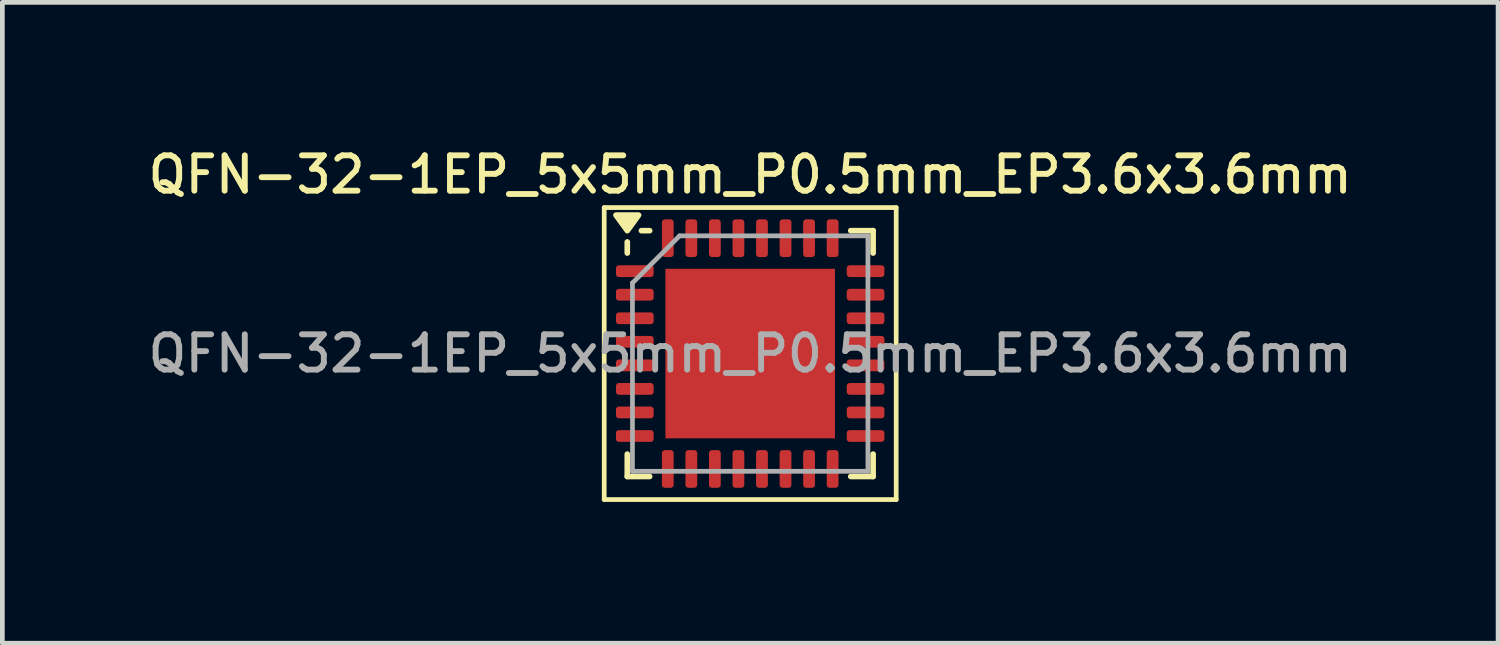
<source format=kicad_pcb>
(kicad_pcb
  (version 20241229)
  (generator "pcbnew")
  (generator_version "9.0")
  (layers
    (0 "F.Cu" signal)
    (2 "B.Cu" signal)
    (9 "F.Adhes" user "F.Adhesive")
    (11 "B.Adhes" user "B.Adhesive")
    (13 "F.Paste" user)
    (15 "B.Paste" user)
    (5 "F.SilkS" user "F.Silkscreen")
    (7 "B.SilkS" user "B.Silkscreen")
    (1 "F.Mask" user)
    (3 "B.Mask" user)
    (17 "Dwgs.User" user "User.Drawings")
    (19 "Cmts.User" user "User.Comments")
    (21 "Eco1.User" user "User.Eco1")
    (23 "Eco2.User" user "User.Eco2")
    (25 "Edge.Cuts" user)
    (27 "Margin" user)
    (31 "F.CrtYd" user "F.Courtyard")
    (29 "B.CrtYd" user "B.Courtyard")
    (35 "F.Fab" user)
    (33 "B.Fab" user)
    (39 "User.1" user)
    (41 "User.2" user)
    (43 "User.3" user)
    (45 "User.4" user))
  (footprint "QFN-32-1EP_5x5mm_P0.5mm_EP3.6x3.6mm"
    (layer "F.Cu")
    (at 12.88 4.458)
    (property "Reference" "QFN-32-1EP_5x5mm_P0.5mm_EP3.6x3.6mm" (at 0 -3.8 0) (layer "F.SilkS") (effects (font (size 0.75 0.75) (thickness 0.125))))
    (attr smd)
    (fp_line (start -3.1 -3.1) (end -3.1 3.1) (stroke (width 0.1) (type solid)) (layer "F.SilkS"))
    (fp_line (start -3.1 3.1) (end 3.1 3.1) (stroke (width 0.1) (type solid)) (layer "F.SilkS"))
    (fp_line (start -2.61 -2.135) (end -2.61 -2.37) (stroke (width 0.12) (type solid)) (layer "F.SilkS"))
    (fp_line (start -2.61 2.61) (end -2.61 2.135) (stroke (width 0.12) (type solid)) (layer "F.SilkS"))
    (fp_line (start -2.135 -2.61) (end -2.31 -2.61) (stroke (width 0.12) (type solid)) (layer "F.SilkS"))
    (fp_line (start -2.135 2.61) (end -2.61 2.61) (stroke (width 0.12) (type solid)) (layer "F.SilkS"))
    (fp_line (start 2.135 -2.61) (end 2.61 -2.61) (stroke (width 0.12) (type solid)) (layer "F.SilkS"))
    (fp_line (start 2.135 2.61) (end 2.61 2.61) (stroke (width 0.12) (type solid)) (layer "F.SilkS"))
    (fp_line (start 2.61 -2.61) (end 2.61 -2.135) (stroke (width 0.12) (type solid)) (layer "F.SilkS"))
    (fp_line (start 2.61 2.61) (end 2.61 2.135) (stroke (width 0.12) (type solid)) (layer "F.SilkS"))
    (fp_line (start 3.1 -3.1) (end -3.1 -3.1) (stroke (width 0.1) (type solid)) (layer "F.SilkS"))
    (fp_line (start 3.1 3.1) (end 3.1 -3.1) (stroke (width 0.1) (type solid)) (layer "F.SilkS"))
    (fp_poly (pts (xy -2.61 -2.61) (xy -2.85 -2.94) (xy -2.37 -2.94) (xy -2.61 -2.61)) (stroke (width 0.12) (type solid)) (fill yes) (layer "F.SilkS"))
    (fp_line (start -2.5 -1.5) (end -1.5 -2.5) (stroke (width 0.1) (type solid)) (layer "F.Fab"))
    (fp_line (start -2.5 2.5) (end -2.5 -1.5) (stroke (width 0.1) (type solid)) (layer "F.Fab"))
    (fp_line (start -1.5 -2.5) (end 2.5 -2.5) (stroke (width 0.1) (type solid)) (layer "F.Fab"))
    (fp_line (start 2.5 -2.5) (end 2.5 2.5) (stroke (width 0.1) (type solid)) (layer "F.Fab"))
    (fp_line (start 2.5 2.5) (end -2.5 2.5) (stroke (width 0.1) (type solid)) (layer "F.Fab"))
    (fp_text user "${REFERENCE}" (at 0 0 0) (layer "F.Fab") (effects (font (size 0.75 0.75) (thickness 0.125))))
    (pad "" smd roundrect (at -1.2 -1.2) (size 0.97 0.97) (layers "F.Paste") (roundrect_rratio 0.25))
    (pad "" smd roundrect (at -1.2 0) (size 0.97 0.97) (layers "F.Paste") (roundrect_rratio 0.25))
    (pad "" smd roundrect (at -1.2 1.2) (size 0.97 0.97) (layers "F.Paste") (roundrect_rratio 0.25))
    (pad "" smd roundrect (at 0 -1.2) (size 0.97 0.97) (layers "F.Paste") (roundrect_rratio 0.25))
    (pad "" smd roundrect (at 0 0) (size 0.97 0.97) (layers "F.Paste") (roundrect_rratio 0.25))
    (pad "" smd roundrect (at 0 1.2) (size 0.97 0.97) (layers "F.Paste") (roundrect_rratio 0.25))
    (pad "" smd roundrect (at 1.2 -1.2) (size 0.97 0.97) (layers "F.Paste") (roundrect_rratio 0.25))
    (pad "" smd roundrect (at 1.2 0) (size 0.97 0.97) (layers "F.Paste") (roundrect_rratio 0.25))
    (pad "" smd roundrect (at 1.2 1.2) (size 0.97 0.97) (layers "F.Paste") (roundrect_rratio 0.25))
    (pad "1" smd roundrect (at -2.45 -1.75) (size 0.8 0.25) (layers "F.Cu" "F.Mask" "F.Paste") (roundrect_rratio 0.25))
    (pad "2" smd roundrect (at -2.45 -1.25) (size 0.8 0.25) (layers "F.Cu" "F.Mask" "F.Paste") (roundrect_rratio 0.25))
    (pad "3" smd roundrect (at -2.45 -0.75) (size 0.8 0.25) (layers "F.Cu" "F.Mask" "F.Paste") (roundrect_rratio 0.25))
    (pad "4" smd roundrect (at -2.45 -0.25) (size 0.8 0.25) (layers "F.Cu" "F.Mask" "F.Paste") (roundrect_rratio 0.25))
    (pad "5" smd roundrect (at -2.45 0.25) (size 0.8 0.25) (layers "F.Cu" "F.Mask" "F.Paste") (roundrect_rratio 0.25))
    (pad "6" smd roundrect (at -2.45 0.75) (size 0.8 0.25) (layers "F.Cu" "F.Mask" "F.Paste") (roundrect_rratio 0.25))
    (pad "7" smd roundrect (at -2.45 1.25) (size 0.8 0.25) (layers "F.Cu" "F.Mask" "F.Paste") (roundrect_rratio 0.25))
    (pad "8" smd roundrect (at -2.45 1.75) (size 0.8 0.25) (layers "F.Cu" "F.Mask" "F.Paste") (roundrect_rratio 0.25))
    (pad "9" smd roundrect (at -1.75 2.45) (size 0.25 0.8) (layers "F.Cu" "F.Mask" "F.Paste") (roundrect_rratio 0.25))
    (pad "10" smd roundrect (at -1.25 2.45) (size 0.25 0.8) (layers "F.Cu" "F.Mask" "F.Paste") (roundrect_rratio 0.25))
    (pad "11" smd roundrect (at -0.75 2.45) (size 0.25 0.8) (layers "F.Cu" "F.Mask" "F.Paste") (roundrect_rratio 0.25))
    (pad "12" smd roundrect (at -0.25 2.45) (size 0.25 0.8) (layers "F.Cu" "F.Mask" "F.Paste") (roundrect_rratio 0.25))
    (pad "13" smd roundrect (at 0.25 2.45) (size 0.25 0.8) (layers "F.Cu" "F.Mask" "F.Paste") (roundrect_rratio 0.25))
    (pad "14" smd roundrect (at 0.75 2.45) (size 0.25 0.8) (layers "F.Cu" "F.Mask" "F.Paste") (roundrect_rratio 0.25))
    (pad "15" smd roundrect (at 1.25 2.45) (size 0.25 0.8) (layers "F.Cu" "F.Mask" "F.Paste") (roundrect_rratio 0.25))
    (pad "16" smd roundrect (at 1.75 2.45) (size 0.25 0.8) (layers "F.Cu" "F.Mask" "F.Paste") (roundrect_rratio 0.25))
    (pad "17" smd roundrect (at 2.45 1.75) (size 0.8 0.25) (layers "F.Cu" "F.Mask" "F.Paste") (roundrect_rratio 0.25))
    (pad "18" smd roundrect (at 2.45 1.25) (size 0.8 0.25) (layers "F.Cu" "F.Mask" "F.Paste") (roundrect_rratio 0.25))
    (pad "19" smd roundrect (at 2.45 0.75) (size 0.8 0.25) (layers "F.Cu" "F.Mask" "F.Paste") (roundrect_rratio 0.25))
    (pad "20" smd roundrect (at 2.45 0.25) (size 0.8 0.25) (layers "F.Cu" "F.Mask" "F.Paste") (roundrect_rratio 0.25))
    (pad "21" smd roundrect (at 2.45 -0.25) (size 0.8 0.25) (layers "F.Cu" "F.Mask" "F.Paste") (roundrect_rratio 0.25))
    (pad "22" smd roundrect (at 2.45 -0.75) (size 0.8 0.25) (layers "F.Cu" "F.Mask" "F.Paste") (roundrect_rratio 0.25))
    (pad "23" smd roundrect (at 2.45 -1.25) (size 0.8 0.25) (layers "F.Cu" "F.Mask" "F.Paste") (roundrect_rratio 0.25))
    (pad "24" smd roundrect (at 2.45 -1.75) (size 0.8 0.25) (layers "F.Cu" "F.Mask" "F.Paste") (roundrect_rratio 0.25))
    (pad "25" smd roundrect (at 1.75 -2.45) (size 0.25 0.8) (layers "F.Cu" "F.Mask" "F.Paste") (roundrect_rratio 0.25))
    (pad "26" smd roundrect (at 1.25 -2.45) (size 0.25 0.8) (layers "F.Cu" "F.Mask" "F.Paste") (roundrect_rratio 0.25))
    (pad "27" smd roundrect (at 0.75 -2.45) (size 0.25 0.8) (layers "F.Cu" "F.Mask" "F.Paste") (roundrect_rratio 0.25))
    (pad "28" smd roundrect (at 0.25 -2.45) (size 0.25 0.8) (layers "F.Cu" "F.Mask" "F.Paste") (roundrect_rratio 0.25))
    (pad "29" smd roundrect (at -0.25 -2.45) (size 0.25 0.8) (layers "F.Cu" "F.Mask" "F.Paste") (roundrect_rratio 0.25))
    (pad "30" smd roundrect (at -0.75 -2.45) (size 0.25 0.8) (layers "F.Cu" "F.Mask" "F.Paste") (roundrect_rratio 0.25))
    (pad "31" smd roundrect (at -1.25 -2.45) (size 0.25 0.8) (layers "F.Cu" "F.Mask" "F.Paste") (roundrect_rratio 0.25))
    (pad "32" smd roundrect (at -1.75 -2.45) (size 0.25 0.8) (layers "F.Cu" "F.Mask" "F.Paste") (roundrect_rratio 0.25))
    (pad "33" smd rect (at 0 0) (size 3.6 3.6) (property pad_prop_heatsink) (layers "F.Cu" "F.Mask")))
  (gr_rect
    (start -3 -3)
    (end 28.761 10.608)
    (stroke (width 0.1) (type default))
    (fill no)
    (layer "Edge.Cuts")))
</source>
